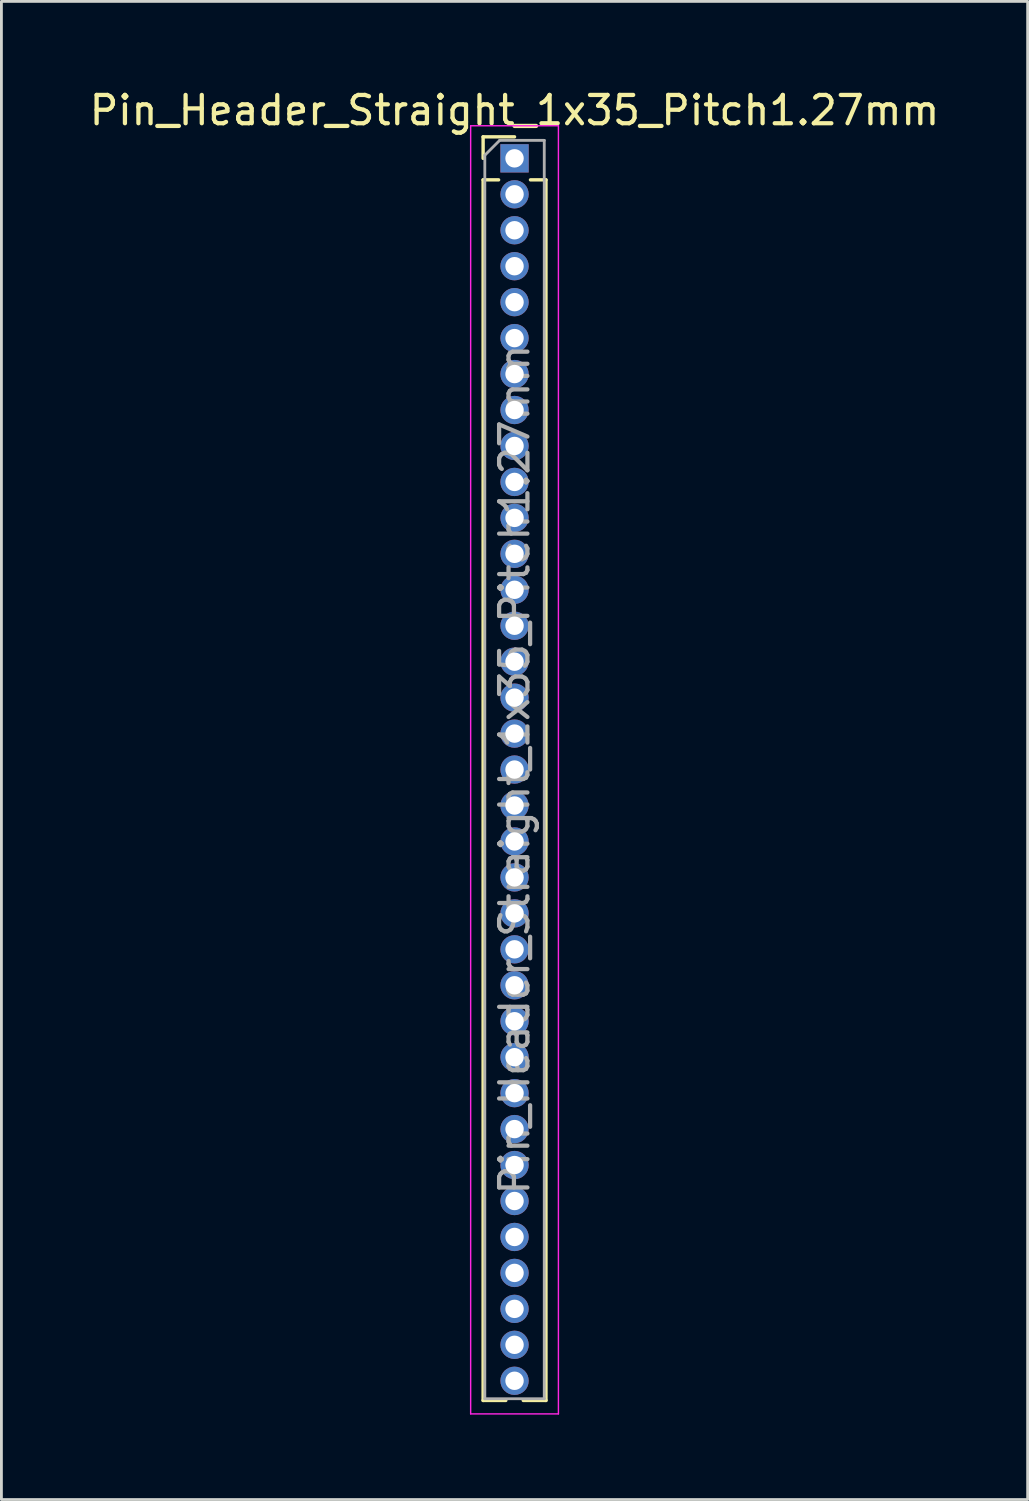
<source format=kicad_pcb>
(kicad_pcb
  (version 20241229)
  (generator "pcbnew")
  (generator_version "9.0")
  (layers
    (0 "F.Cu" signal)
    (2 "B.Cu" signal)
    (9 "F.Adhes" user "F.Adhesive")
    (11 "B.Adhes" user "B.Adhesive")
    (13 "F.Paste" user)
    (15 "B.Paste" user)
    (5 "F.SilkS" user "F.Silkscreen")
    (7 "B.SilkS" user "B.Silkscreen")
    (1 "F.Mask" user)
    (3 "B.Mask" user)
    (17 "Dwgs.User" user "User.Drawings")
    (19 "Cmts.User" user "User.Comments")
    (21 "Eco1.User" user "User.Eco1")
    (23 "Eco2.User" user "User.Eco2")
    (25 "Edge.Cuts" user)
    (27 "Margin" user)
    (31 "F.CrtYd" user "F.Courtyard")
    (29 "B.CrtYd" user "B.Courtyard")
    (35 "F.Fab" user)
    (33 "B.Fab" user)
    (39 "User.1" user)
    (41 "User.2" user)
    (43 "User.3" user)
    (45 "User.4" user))
  (footprint "Pin_Header_Straight_1x35_Pitch1.27mm"
    (layer "F.Cu")
    (at 15.125 2.543)
    (property "Reference" "Pin_Header_Straight_1x35_Pitch1.27mm" (at 0 -1.695 0) (layer "F.SilkS") (effects (font (size 1 1) (thickness 0.15))))
    (attr through_hole)
    (fp_line (start -1.11 -0.76) (end 0 -0.76) (stroke (width 0.12) (type solid)) (layer "F.SilkS"))
    (fp_line (start -1.11 0) (end -1.11 -0.76) (stroke (width 0.12) (type solid)) (layer "F.SilkS"))
    (fp_line (start -1.11 0.76) (end -1.11 43.875) (stroke (width 0.12) (type solid)) (layer "F.SilkS"))
    (fp_line (start -1.11 0.76) (end -0.563 0.76) (stroke (width 0.12) (type solid)) (layer "F.SilkS"))
    (fp_line (start -1.11 43.875) (end -0.308 43.875) (stroke (width 0.12) (type solid)) (layer "F.SilkS"))
    (fp_line (start 0.308 43.875) (end 1.11 43.875) (stroke (width 0.12) (type solid)) (layer "F.SilkS"))
    (fp_line (start 0.563 0.76) (end 1.11 0.76) (stroke (width 0.12) (type solid)) (layer "F.SilkS"))
    (fp_line (start 1.11 0.76) (end 1.11 43.875) (stroke (width 0.12) (type solid)) (layer "F.SilkS"))
    (fp_line (start -1.55 -1.15) (end -1.55 44.35) (stroke (width 0.05) (type solid)) (layer "F.CrtYd"))
    (fp_line (start -1.55 44.35) (end 1.55 44.35) (stroke (width 0.05) (type solid)) (layer "F.CrtYd"))
    (fp_line (start 1.55 -1.15) (end -1.55 -1.15) (stroke (width 0.05) (type solid)) (layer "F.CrtYd"))
    (fp_line (start 1.55 44.35) (end 1.55 -1.15) (stroke (width 0.05) (type solid)) (layer "F.CrtYd"))
    (fp_line (start -1.05 -0.11) (end -0.525 -0.635) (stroke (width 0.1) (type solid)) (layer "F.Fab"))
    (fp_line (start -1.05 43.815) (end -1.05 -0.11) (stroke (width 0.1) (type solid)) (layer "F.Fab"))
    (fp_line (start -0.525 -0.635) (end 1.05 -0.635) (stroke (width 0.1) (type solid)) (layer "F.Fab"))
    (fp_line (start 1.05 -0.635) (end 1.05 43.815) (stroke (width 0.1) (type solid)) (layer "F.Fab"))
    (fp_line (start 1.05 43.815) (end -1.05 43.815) (stroke (width 0.1) (type solid)) (layer "F.Fab"))
    (fp_text user "${REFERENCE}" (at 0 21.59 90) (layer "F.Fab") (effects (font (size 1 1) (thickness 0.15))))
    (pad "1" thru_hole rect (at 0 0) (size 1 1) (drill 0.65) (layers "*.Cu" "*.Mask"))
    (pad "2" thru_hole oval (at 0 1.27) (size 1 1) (drill 0.65) (layers "*.Cu" "*.Mask"))
    (pad "3" thru_hole oval (at 0 2.54) (size 1 1) (drill 0.65) (layers "*.Cu" "*.Mask"))
    (pad "4" thru_hole oval (at 0 3.81) (size 1 1) (drill 0.65) (layers "*.Cu" "*.Mask"))
    (pad "5" thru_hole oval (at 0 5.08) (size 1 1) (drill 0.65) (layers "*.Cu" "*.Mask"))
    (pad "6" thru_hole oval (at 0 6.35) (size 1 1) (drill 0.65) (layers "*.Cu" "*.Mask"))
    (pad "7" thru_hole oval (at 0 7.62) (size 1 1) (drill 0.65) (layers "*.Cu" "*.Mask"))
    (pad "8" thru_hole oval (at 0 8.89) (size 1 1) (drill 0.65) (layers "*.Cu" "*.Mask"))
    (pad "9" thru_hole oval (at 0 10.16) (size 1 1) (drill 0.65) (layers "*.Cu" "*.Mask"))
    (pad "10" thru_hole oval (at 0 11.43) (size 1 1) (drill 0.65) (layers "*.Cu" "*.Mask"))
    (pad "11" thru_hole oval (at 0 12.7) (size 1 1) (drill 0.65) (layers "*.Cu" "*.Mask"))
    (pad "12" thru_hole oval (at 0 13.97) (size 1 1) (drill 0.65) (layers "*.Cu" "*.Mask"))
    (pad "13" thru_hole oval (at 0 15.24) (size 1 1) (drill 0.65) (layers "*.Cu" "*.Mask"))
    (pad "14" thru_hole oval (at 0 16.51) (size 1 1) (drill 0.65) (layers "*.Cu" "*.Mask"))
    (pad "15" thru_hole oval (at 0 17.78) (size 1 1) (drill 0.65) (layers "*.Cu" "*.Mask"))
    (pad "16" thru_hole oval (at 0 19.05) (size 1 1) (drill 0.65) (layers "*.Cu" "*.Mask"))
    (pad "17" thru_hole oval (at 0 20.32) (size 1 1) (drill 0.65) (layers "*.Cu" "*.Mask"))
    (pad "18" thru_hole oval (at 0 21.59) (size 1 1) (drill 0.65) (layers "*.Cu" "*.Mask"))
    (pad "19" thru_hole oval (at 0 22.86) (size 1 1) (drill 0.65) (layers "*.Cu" "*.Mask"))
    (pad "20" thru_hole oval (at 0 24.13) (size 1 1) (drill 0.65) (layers "*.Cu" "*.Mask"))
    (pad "21" thru_hole oval (at 0 25.4) (size 1 1) (drill 0.65) (layers "*.Cu" "*.Mask"))
    (pad "22" thru_hole oval (at 0 26.67) (size 1 1) (drill 0.65) (layers "*.Cu" "*.Mask"))
    (pad "23" thru_hole oval (at 0 27.94) (size 1 1) (drill 0.65) (layers "*.Cu" "*.Mask"))
    (pad "24" thru_hole oval (at 0 29.21) (size 1 1) (drill 0.65) (layers "*.Cu" "*.Mask"))
    (pad "25" thru_hole oval (at 0 30.48) (size 1 1) (drill 0.65) (layers "*.Cu" "*.Mask"))
    (pad "26" thru_hole oval (at 0 31.75) (size 1 1) (drill 0.65) (layers "*.Cu" "*.Mask"))
    (pad "27" thru_hole oval (at 0 33.02) (size 1 1) (drill 0.65) (layers "*.Cu" "*.Mask"))
    (pad "28" thru_hole oval (at 0 34.29) (size 1 1) (drill 0.65) (layers "*.Cu" "*.Mask"))
    (pad "29" thru_hole oval (at 0 35.56) (size 1 1) (drill 0.65) (layers "*.Cu" "*.Mask"))
    (pad "30" thru_hole oval (at 0 36.83) (size 1 1) (drill 0.65) (layers "*.Cu" "*.Mask"))
    (pad "31" thru_hole oval (at 0 38.1) (size 1 1) (drill 0.65) (layers "*.Cu" "*.Mask"))
    (pad "32" thru_hole oval (at 0 39.37) (size 1 1) (drill 0.65) (layers "*.Cu" "*.Mask"))
    (pad "33" thru_hole oval (at 0 40.64) (size 1 1) (drill 0.65) (layers "*.Cu" "*.Mask"))
    (pad "34" thru_hole oval (at 0 41.91) (size 1 1) (drill 0.65) (layers "*.Cu" "*.Mask"))
    (pad "35" thru_hole oval (at 0 43.18) (size 1 1) (drill 0.65) (layers "*.Cu" "*.Mask")))
  (gr_rect
    (start -3 -3)
    (end 33.25 49.918)
    (stroke (width 0.1) (type default))
    (fill no)
    (layer "Edge.Cuts")))
</source>
